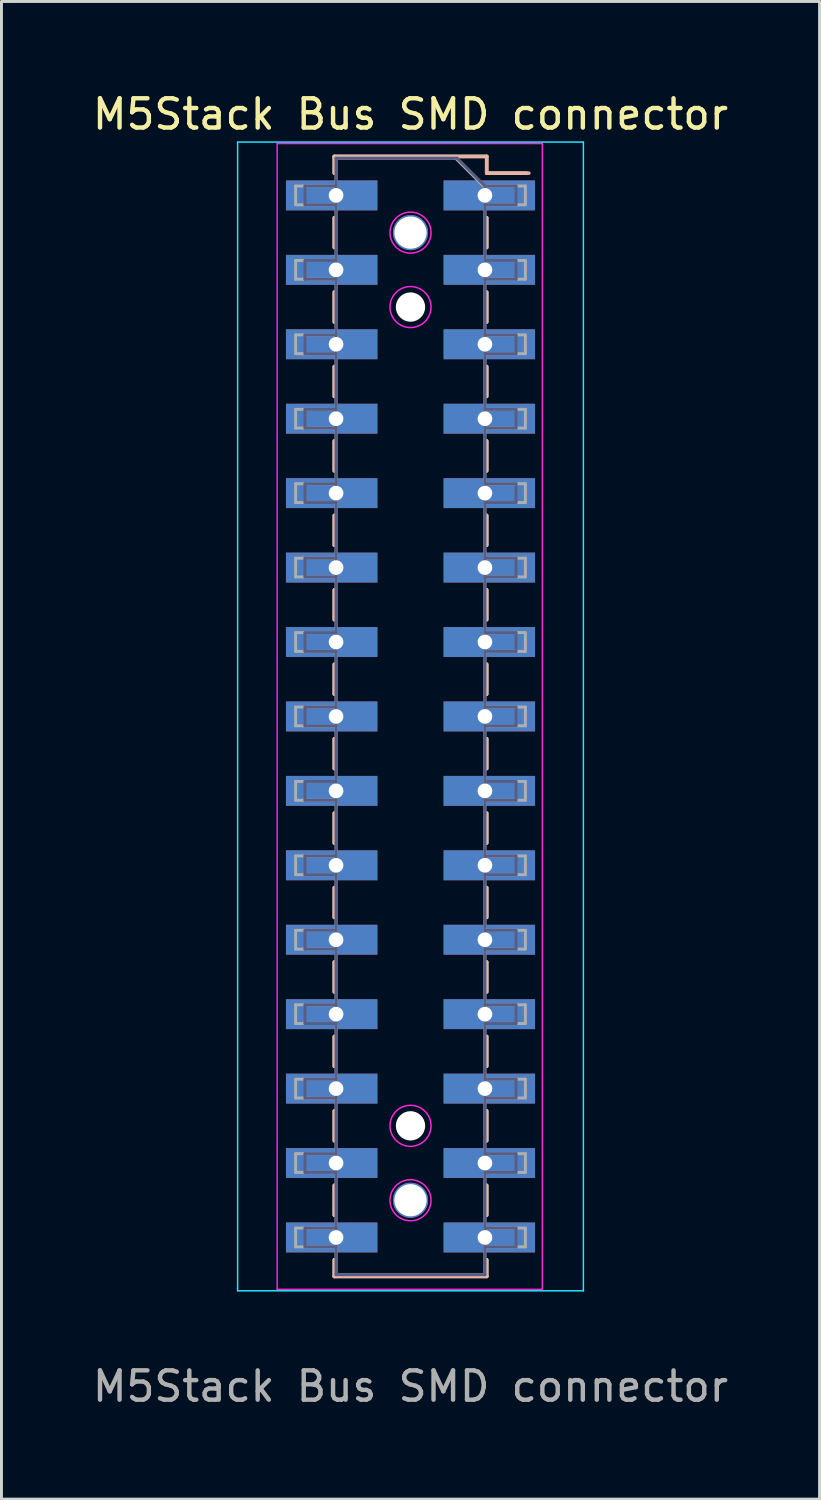
<source format=kicad_pcb>
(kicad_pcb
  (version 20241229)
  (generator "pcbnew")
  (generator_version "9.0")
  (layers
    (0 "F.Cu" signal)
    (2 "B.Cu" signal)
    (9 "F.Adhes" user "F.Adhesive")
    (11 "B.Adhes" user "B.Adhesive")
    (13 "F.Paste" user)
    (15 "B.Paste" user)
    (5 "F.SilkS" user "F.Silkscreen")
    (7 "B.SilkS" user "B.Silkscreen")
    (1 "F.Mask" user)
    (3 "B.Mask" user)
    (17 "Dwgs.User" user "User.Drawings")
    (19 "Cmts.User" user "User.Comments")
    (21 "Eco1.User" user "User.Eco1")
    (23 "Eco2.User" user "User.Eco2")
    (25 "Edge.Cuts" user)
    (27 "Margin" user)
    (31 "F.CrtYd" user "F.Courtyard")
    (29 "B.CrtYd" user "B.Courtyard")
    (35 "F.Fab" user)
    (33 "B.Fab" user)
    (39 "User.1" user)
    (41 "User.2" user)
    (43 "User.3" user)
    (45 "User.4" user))
  (footprint "M5Stack Bus SMD connector"
    (layer "F.Cu")
    (at 10.958 21.398)
    (property "Reference" "M5Stack Bus SMD connector" (at 0 -20.55 0) (layer "F.SilkS") (effects (font (size 1 1) (thickness 0.15))))
    (attr smd)
    (fp_line (start -2.6 -19.11) (end -2.6 -18.54) (stroke (width 0.12) (type solid)) (layer "F.SilkS"))
    (fp_line (start -2.6 -19.11) (end 2.6 -19.11) (stroke (width 0.12) (type solid)) (layer "F.SilkS"))
    (fp_line (start -2.6 -17.02) (end -2.6 -16) (stroke (width 0.12) (type solid)) (layer "F.SilkS"))
    (fp_line (start -2.6 -14.48) (end -2.6 -13.46) (stroke (width 0.12) (type solid)) (layer "F.SilkS"))
    (fp_line (start -2.6 -11.94) (end -2.6 -10.92) (stroke (width 0.12) (type solid)) (layer "F.SilkS"))
    (fp_line (start -2.6 -9.4) (end -2.6 -8.38) (stroke (width 0.12) (type solid)) (layer "F.SilkS"))
    (fp_line (start -2.6 -6.86) (end -2.6 -5.84) (stroke (width 0.12) (type solid)) (layer "F.SilkS"))
    (fp_line (start -2.6 -4.32) (end -2.6 -3.3) (stroke (width 0.12) (type solid)) (layer "F.SilkS"))
    (fp_line (start -2.6 -1.78) (end -2.6 -0.76) (stroke (width 0.12) (type solid)) (layer "F.SilkS"))
    (fp_line (start -2.6 0.76) (end -2.6 1.78) (stroke (width 0.12) (type solid)) (layer "F.SilkS"))
    (fp_line (start -2.6 3.3) (end -2.6 4.32) (stroke (width 0.12) (type solid)) (layer "F.SilkS"))
    (fp_line (start -2.6 5.84) (end -2.6 6.86) (stroke (width 0.12) (type solid)) (layer "F.SilkS"))
    (fp_line (start -2.6 8.38) (end -2.6 9.4) (stroke (width 0.12) (type solid)) (layer "F.SilkS"))
    (fp_line (start -2.6 10.92) (end -2.6 11.94) (stroke (width 0.12) (type solid)) (layer "F.SilkS"))
    (fp_line (start -2.6 13.46) (end -2.6 14.48) (stroke (width 0.12) (type solid)) (layer "F.SilkS"))
    (fp_line (start -2.6 16) (end -2.6 17.02) (stroke (width 0.12) (type solid)) (layer "F.SilkS"))
    (fp_line (start -2.6 18.54) (end -2.6 19.11) (stroke (width 0.12) (type solid)) (layer "F.SilkS"))
    (fp_line (start -2.6 19.11) (end 2.6 19.11) (stroke (width 0.12) (type solid)) (layer "F.SilkS"))
    (fp_line (start 2.6 -19.11) (end 2.6 -18.54) (stroke (width 0.12) (type solid)) (layer "F.SilkS"))
    (fp_line (start 2.6 -18.54) (end 3.96 -18.54) (stroke (width 0.12) (type solid)) (layer "F.SilkS"))
    (fp_line (start 2.6 -17.02) (end 2.6 -16) (stroke (width 0.12) (type solid)) (layer "F.SilkS"))
    (fp_line (start 2.6 -14.48) (end 2.6 -13.46) (stroke (width 0.12) (type solid)) (layer "F.SilkS"))
    (fp_line (start 2.6 -11.94) (end 2.6 -10.92) (stroke (width 0.12) (type solid)) (layer "F.SilkS"))
    (fp_line (start 2.6 -9.4) (end 2.6 -8.38) (stroke (width 0.12) (type solid)) (layer "F.SilkS"))
    (fp_line (start 2.6 -6.86) (end 2.6 -5.84) (stroke (width 0.12) (type solid)) (layer "F.SilkS"))
    (fp_line (start 2.6 -4.32) (end 2.6 -3.3) (stroke (width 0.12) (type solid)) (layer "F.SilkS"))
    (fp_line (start 2.6 -1.78) (end 2.6 -0.76) (stroke (width 0.12) (type solid)) (layer "F.SilkS"))
    (fp_line (start 2.6 0.76) (end 2.6 1.78) (stroke (width 0.12) (type solid)) (layer "F.SilkS"))
    (fp_line (start 2.6 3.3) (end 2.6 4.32) (stroke (width 0.12) (type solid)) (layer "F.SilkS"))
    (fp_line (start 2.6 5.84) (end 2.6 6.86) (stroke (width 0.12) (type solid)) (layer "F.SilkS"))
    (fp_line (start 2.6 8.38) (end 2.6 9.4) (stroke (width 0.12) (type solid)) (layer "F.SilkS"))
    (fp_line (start 2.6 10.92) (end 2.6 11.94) (stroke (width 0.12) (type solid)) (layer "F.SilkS"))
    (fp_line (start 2.6 13.46) (end 2.6 14.48) (stroke (width 0.12) (type solid)) (layer "F.SilkS"))
    (fp_line (start 2.6 16) (end 2.6 17.02) (stroke (width 0.12) (type solid)) (layer "F.SilkS"))
    (fp_line (start 2.6 18.54) (end 2.6 19.11) (stroke (width 0.12) (type solid)) (layer "F.SilkS"))
    (fp_line (start -2.6 -19.11) (end -2.6 -18.54) (stroke (width 0.12) (type solid)) (layer "B.SilkS"))
    (fp_line (start -2.6 -17.02) (end -2.6 -16) (stroke (width 0.12) (type solid)) (layer "B.SilkS"))
    (fp_line (start -2.6 -14.48) (end -2.6 -13.46) (stroke (width 0.12) (type solid)) (layer "B.SilkS"))
    (fp_line (start -2.6 -11.94) (end -2.6 -10.92) (stroke (width 0.12) (type solid)) (layer "B.SilkS"))
    (fp_line (start -2.6 -9.4) (end -2.6 -8.38) (stroke (width 0.12) (type solid)) (layer "B.SilkS"))
    (fp_line (start -2.6 -6.86) (end -2.6 -5.84) (stroke (width 0.12) (type solid)) (layer "B.SilkS"))
    (fp_line (start -2.6 -4.32) (end -2.6 -3.3) (stroke (width 0.12) (type solid)) (layer "B.SilkS"))
    (fp_line (start -2.6 -1.78) (end -2.6 -0.76) (stroke (width 0.12) (type solid)) (layer "B.SilkS"))
    (fp_line (start -2.6 0.76) (end -2.6 1.78) (stroke (width 0.12) (type solid)) (layer "B.SilkS"))
    (fp_line (start -2.6 3.3) (end -2.6 4.32) (stroke (width 0.12) (type solid)) (layer "B.SilkS"))
    (fp_line (start -2.6 5.84) (end -2.6 6.86) (stroke (width 0.12) (type solid)) (layer "B.SilkS"))
    (fp_line (start -2.6 8.38) (end -2.6 9.4) (stroke (width 0.12) (type solid)) (layer "B.SilkS"))
    (fp_line (start -2.6 10.92) (end -2.6 11.94) (stroke (width 0.12) (type solid)) (layer "B.SilkS"))
    (fp_line (start -2.6 13.46) (end -2.6 14.48) (stroke (width 0.12) (type solid)) (layer "B.SilkS"))
    (fp_line (start -2.6 16) (end -2.6 17.02) (stroke (width 0.12) (type solid)) (layer "B.SilkS"))
    (fp_line (start -2.6 18.54) (end -2.6 19.11) (stroke (width 0.12) (type solid)) (layer "B.SilkS"))
    (fp_line (start 2.6 -19.11) (end -2.6 -19.11) (stroke (width 0.12) (type solid)) (layer "B.SilkS"))
    (fp_line (start 2.6 -19.11) (end 2.6 -18.54) (stroke (width 0.12) (type solid)) (layer "B.SilkS"))
    (fp_line (start 2.6 -17.02) (end 2.6 -16) (stroke (width 0.12) (type solid)) (layer "B.SilkS"))
    (fp_line (start 2.6 -14.48) (end 2.6 -13.46) (stroke (width 0.12) (type solid)) (layer "B.SilkS"))
    (fp_line (start 2.6 -11.94) (end 2.6 -10.92) (stroke (width 0.12) (type solid)) (layer "B.SilkS"))
    (fp_line (start 2.6 -9.4) (end 2.6 -8.38) (stroke (width 0.12) (type solid)) (layer "B.SilkS"))
    (fp_line (start 2.6 -6.86) (end 2.6 -5.84) (stroke (width 0.12) (type solid)) (layer "B.SilkS"))
    (fp_line (start 2.6 -4.32) (end 2.6 -3.3) (stroke (width 0.12) (type solid)) (layer "B.SilkS"))
    (fp_line (start 2.6 -1.78) (end 2.6 -0.76) (stroke (width 0.12) (type solid)) (layer "B.SilkS"))
    (fp_line (start 2.6 0.76) (end 2.6 1.78) (stroke (width 0.12) (type solid)) (layer "B.SilkS"))
    (fp_line (start 2.6 3.3) (end 2.6 4.32) (stroke (width 0.12) (type solid)) (layer "B.SilkS"))
    (fp_line (start 2.6 5.84) (end 2.6 6.86) (stroke (width 0.12) (type solid)) (layer "B.SilkS"))
    (fp_line (start 2.6 8.38) (end 2.6 9.4) (stroke (width 0.12) (type solid)) (layer "B.SilkS"))
    (fp_line (start 2.6 10.92) (end 2.6 11.94) (stroke (width 0.12) (type solid)) (layer "B.SilkS"))
    (fp_line (start 2.6 13.46) (end 2.6 14.48) (stroke (width 0.12) (type solid)) (layer "B.SilkS"))
    (fp_line (start 2.6 16) (end 2.6 17.02) (stroke (width 0.12) (type solid)) (layer "B.SilkS"))
    (fp_line (start 2.6 18.54) (end 2.6 19.11) (stroke (width 0.12) (type solid)) (layer "B.SilkS"))
    (fp_line (start 2.6 19.11) (end -2.6 19.11) (stroke (width 0.12) (type solid)) (layer "B.SilkS"))
    (fp_line (start 4.04 -18.54) (end 2.6 -18.54) (stroke (width 0.12) (type solid)) (layer "B.SilkS"))
    (fp_line (start -5.9 -19.6) (end 5.9 -19.6) (stroke (width 0.05) (type solid)) (layer "B.CrtYd"))
    (fp_line (start -5.9 19.6) (end -5.9 -19.6) (stroke (width 0.05) (type solid)) (layer "B.CrtYd"))
    (fp_line (start 5.9 -19.6) (end 5.9 19.6) (stroke (width 0.05) (type solid)) (layer "B.CrtYd"))
    (fp_line (start 5.9 19.6) (end -5.9 19.6) (stroke (width 0.05) (type solid)) (layer "B.CrtYd"))
    (fp_line (start -4.55 -19.55) (end 4.5 -19.55) (stroke (width 0.05) (type solid)) (layer "F.CrtYd"))
    (fp_line (start -4.55 19.55) (end -4.55 -19.55) (stroke (width 0.05) (type solid)) (layer "F.CrtYd"))
    (fp_line (start 4.5 -19.55) (end 4.5 19.55) (stroke (width 0.05) (type solid)) (layer "F.CrtYd"))
    (fp_line (start 4.5 19.55) (end -4.55 19.55) (stroke (width 0.05) (type solid)) (layer "F.CrtYd"))
    (fp_circle (center 0 -16.51) (end 0.7 -16.51) (stroke (width 0.05) (type default)) (fill no) (layer "F.CrtYd"))
    (fp_circle (center 0 -13.97) (end 0.7 -13.97) (stroke (width 0.05) (type default)) (fill no) (layer "F.CrtYd"))
    (fp_circle (center 0 13.97) (end 0.7 13.97) (stroke (width 0.05) (type default)) (fill no) (layer "F.CrtYd"))
    (fp_circle (center 0 16.51) (end 0.7 16.51) (stroke (width 0.05) (type default)) (fill no) (layer "F.CrtYd"))
    (fp_line (start -3.6 -18.1) (end -3.6 -17.46) (stroke (width 0.1) (type solid)) (layer "B.Fab"))
    (fp_line (start -3.6 -17.46) (end -2.54 -17.46) (stroke (width 0.1) (type solid)) (layer "B.Fab"))
    (fp_line (start -3.6 -15.56) (end -3.6 -14.92) (stroke (width 0.1) (type solid)) (layer "B.Fab"))
    (fp_line (start -3.6 -14.92) (end -2.54 -14.92) (stroke (width 0.1) (type solid)) (layer "B.Fab"))
    (fp_line (start -3.6 -13.02) (end -3.6 -12.38) (stroke (width 0.1) (type solid)) (layer "B.Fab"))
    (fp_line (start -3.6 -12.38) (end -2.54 -12.38) (stroke (width 0.1) (type solid)) (layer "B.Fab"))
    (fp_line (start -3.6 -10.48) (end -3.6 -9.84) (stroke (width 0.1) (type solid)) (layer "B.Fab"))
    (fp_line (start -3.6 -9.84) (end -2.54 -9.84) (stroke (width 0.1) (type solid)) (layer "B.Fab"))
    (fp_line (start -3.6 -7.94) (end -3.6 -7.3) (stroke (width 0.1) (type solid)) (layer "B.Fab"))
    (fp_line (start -3.6 -7.3) (end -2.54 -7.3) (stroke (width 0.1) (type solid)) (layer "B.Fab"))
    (fp_line (start -3.6 -5.4) (end -3.6 -4.76) (stroke (width 0.1) (type solid)) (layer "B.Fab"))
    (fp_line (start -3.6 -4.76) (end -2.54 -4.76) (stroke (width 0.1) (type solid)) (layer "B.Fab"))
    (fp_line (start -3.6 -2.86) (end -3.6 -2.22) (stroke (width 0.1) (type solid)) (layer "B.Fab"))
    (fp_line (start -3.6 -2.22) (end -2.54 -2.22) (stroke (width 0.1) (type solid)) (layer "B.Fab"))
    (fp_line (start -3.6 -0.32) (end -3.6 0.32) (stroke (width 0.1) (type solid)) (layer "B.Fab"))
    (fp_line (start -3.6 0.32) (end -2.54 0.32) (stroke (width 0.1) (type solid)) (layer "B.Fab"))
    (fp_line (start -3.6 2.22) (end -3.6 2.86) (stroke (width 0.1) (type solid)) (layer "B.Fab"))
    (fp_line (start -3.6 2.86) (end -2.54 2.86) (stroke (width 0.1) (type solid)) (layer "B.Fab"))
    (fp_line (start -3.6 4.76) (end -3.6 5.4) (stroke (width 0.1) (type solid)) (layer "B.Fab"))
    (fp_line (start -3.6 5.4) (end -2.54 5.4) (stroke (width 0.1) (type solid)) (layer "B.Fab"))
    (fp_line (start -3.6 7.3) (end -3.6 7.94) (stroke (width 0.1) (type solid)) (layer "B.Fab"))
    (fp_line (start -3.6 7.94) (end -2.54 7.94) (stroke (width 0.1) (type solid)) (layer "B.Fab"))
    (fp_line (start -3.6 9.84) (end -3.6 10.48) (stroke (width 0.1) (type solid)) (layer "B.Fab"))
    (fp_line (start -3.6 10.48) (end -2.54 10.48) (stroke (width 0.1) (type solid)) (layer "B.Fab"))
    (fp_line (start -3.6 12.38) (end -3.6 13.02) (stroke (width 0.1) (type solid)) (layer "B.Fab"))
    (fp_line (start -3.6 13.02) (end -2.54 13.02) (stroke (width 0.1) (type solid)) (layer "B.Fab"))
    (fp_line (start -3.6 14.92) (end -3.6 15.56) (stroke (width 0.1) (type solid)) (layer "B.Fab"))
    (fp_line (start -3.6 15.56) (end -2.54 15.56) (stroke (width 0.1) (type solid)) (layer "B.Fab"))
    (fp_line (start -3.6 17.46) (end -3.6 18.1) (stroke (width 0.1) (type solid)) (layer "B.Fab"))
    (fp_line (start -3.6 18.1) (end -2.54 18.1) (stroke (width 0.1) (type solid)) (layer "B.Fab"))
    (fp_line (start -2.54 -19.05) (end -2.54 19.05) (stroke (width 0.1) (type solid)) (layer "B.Fab"))
    (fp_line (start -2.54 -18.1) (end -3.6 -18.1) (stroke (width 0.1) (type solid)) (layer "B.Fab"))
    (fp_line (start -2.54 -15.56) (end -3.6 -15.56) (stroke (width 0.1) (type solid)) (layer "B.Fab"))
    (fp_line (start -2.54 -13.02) (end -3.6 -13.02) (stroke (width 0.1) (type solid)) (layer "B.Fab"))
    (fp_line (start -2.54 -10.48) (end -3.6 -10.48) (stroke (width 0.1) (type solid)) (layer "B.Fab"))
    (fp_line (start -2.54 -7.94) (end -3.6 -7.94) (stroke (width 0.1) (type solid)) (layer "B.Fab"))
    (fp_line (start -2.54 -5.4) (end -3.6 -5.4) (stroke (width 0.1) (type solid)) (layer "B.Fab"))
    (fp_line (start -2.54 -2.86) (end -3.6 -2.86) (stroke (width 0.1) (type solid)) (layer "B.Fab"))
    (fp_line (start -2.54 -0.32) (end -3.6 -0.32) (stroke (width 0.1) (type solid)) (layer "B.Fab"))
    (fp_line (start -2.54 2.22) (end -3.6 2.22) (stroke (width 0.1) (type solid)) (layer "B.Fab"))
    (fp_line (start -2.54 4.76) (end -3.6 4.76) (stroke (width 0.1) (type solid)) (layer "B.Fab"))
    (fp_line (start -2.54 7.3) (end -3.6 7.3) (stroke (width 0.1) (type solid)) (layer "B.Fab"))
    (fp_line (start -2.54 9.84) (end -3.6 9.84) (stroke (width 0.1) (type solid)) (layer "B.Fab"))
    (fp_line (start -2.54 12.38) (end -3.6 12.38) (stroke (width 0.1) (type solid)) (layer "B.Fab"))
    (fp_line (start -2.54 14.92) (end -3.6 14.92) (stroke (width 0.1) (type solid)) (layer "B.Fab"))
    (fp_line (start -2.54 17.46) (end -3.6 17.46) (stroke (width 0.1) (type solid)) (layer "B.Fab"))
    (fp_line (start -2.54 19.05) (end 2.54 19.05) (stroke (width 0.1) (type solid)) (layer "B.Fab"))
    (fp_line (start 1.59 -19.05) (end -2.54 -19.05) (stroke (width 0.1) (type solid)) (layer "B.Fab"))
    (fp_line (start 2.54 -18.1) (end 1.59 -19.05) (stroke (width 0.1) (type solid)) (layer "B.Fab"))
    (fp_line (start 2.54 -18.1) (end 3.6 -18.1) (stroke (width 0.1) (type solid)) (layer "B.Fab"))
    (fp_line (start 2.54 -15.56) (end 3.6 -15.56) (stroke (width 0.1) (type solid)) (layer "B.Fab"))
    (fp_line (start 2.54 -13.02) (end 3.6 -13.02) (stroke (width 0.1) (type solid)) (layer "B.Fab"))
    (fp_line (start 2.54 -10.48) (end 3.6 -10.48) (stroke (width 0.1) (type solid)) (layer "B.Fab"))
    (fp_line (start 2.54 -7.94) (end 3.6 -7.94) (stroke (width 0.1) (type solid)) (layer "B.Fab"))
    (fp_line (start 2.54 -5.4) (end 3.6 -5.4) (stroke (width 0.1) (type solid)) (layer "B.Fab"))
    (fp_line (start 2.54 -2.86) (end 3.6 -2.86) (stroke (width 0.1) (type solid)) (layer "B.Fab"))
    (fp_line (start 2.54 -0.32) (end 3.6 -0.32) (stroke (width 0.1) (type solid)) (layer "B.Fab"))
    (fp_line (start 2.54 2.22) (end 3.6 2.22) (stroke (width 0.1) (type solid)) (layer "B.Fab"))
    (fp_line (start 2.54 4.76) (end 3.6 4.76) (stroke (width 0.1) (type solid)) (layer "B.Fab"))
    (fp_line (start 2.54 7.3) (end 3.6 7.3) (stroke (width 0.1) (type solid)) (layer "B.Fab"))
    (fp_line (start 2.54 9.84) (end 3.6 9.84) (stroke (width 0.1) (type solid)) (layer "B.Fab"))
    (fp_line (start 2.54 12.38) (end 3.6 12.38) (stroke (width 0.1) (type solid)) (layer "B.Fab"))
    (fp_line (start 2.54 14.92) (end 3.6 14.92) (stroke (width 0.1) (type solid)) (layer "B.Fab"))
    (fp_line (start 2.54 17.46) (end 3.6 17.46) (stroke (width 0.1) (type solid)) (layer "B.Fab"))
    (fp_line (start 2.54 19.05) (end 2.54 -18.1) (stroke (width 0.1) (type solid)) (layer "B.Fab"))
    (fp_line (start 3.6 -18.1) (end 3.6 -17.46) (stroke (width 0.1) (type solid)) (layer "B.Fab"))
    (fp_line (start 3.6 -17.46) (end 2.54 -17.46) (stroke (width 0.1) (type solid)) (layer "B.Fab"))
    (fp_line (start 3.6 -15.56) (end 3.6 -14.92) (stroke (width 0.1) (type solid)) (layer "B.Fab"))
    (fp_line (start 3.6 -14.92) (end 2.54 -14.92) (stroke (width 0.1) (type solid)) (layer "B.Fab"))
    (fp_line (start 3.6 -13.02) (end 3.6 -12.38) (stroke (width 0.1) (type solid)) (layer "B.Fab"))
    (fp_line (start 3.6 -12.38) (end 2.54 -12.38) (stroke (width 0.1) (type solid)) (layer "B.Fab"))
    (fp_line (start 3.6 -10.48) (end 3.6 -9.84) (stroke (width 0.1) (type solid)) (layer "B.Fab"))
    (fp_line (start 3.6 -9.84) (end 2.54 -9.84) (stroke (width 0.1) (type solid)) (layer "B.Fab"))
    (fp_line (start 3.6 -7.94) (end 3.6 -7.3) (stroke (width 0.1) (type solid)) (layer "B.Fab"))
    (fp_line (start 3.6 -7.3) (end 2.54 -7.3) (stroke (width 0.1) (type solid)) (layer "B.Fab"))
    (fp_line (start 3.6 -5.4) (end 3.6 -4.76) (stroke (width 0.1) (type solid)) (layer "B.Fab"))
    (fp_line (start 3.6 -4.76) (end 2.54 -4.76) (stroke (width 0.1) (type solid)) (layer "B.Fab"))
    (fp_line (start 3.6 -2.86) (end 3.6 -2.22) (stroke (width 0.1) (type solid)) (layer "B.Fab"))
    (fp_line (start 3.6 -2.22) (end 2.54 -2.22) (stroke (width 0.1) (type solid)) (layer "B.Fab"))
    (fp_line (start 3.6 -0.32) (end 3.6 0.32) (stroke (width 0.1) (type solid)) (layer "B.Fab"))
    (fp_line (start 3.6 0.32) (end 2.54 0.32) (stroke (width 0.1) (type solid)) (layer "B.Fab"))
    (fp_line (start 3.6 2.22) (end 3.6 2.86) (stroke (width 0.1) (type solid)) (layer "B.Fab"))
    (fp_line (start 3.6 2.86) (end 2.54 2.86) (stroke (width 0.1) (type solid)) (layer "B.Fab"))
    (fp_line (start 3.6 4.76) (end 3.6 5.4) (stroke (width 0.1) (type solid)) (layer "B.Fab"))
    (fp_line (start 3.6 5.4) (end 2.54 5.4) (stroke (width 0.1) (type solid)) (layer "B.Fab"))
    (fp_line (start 3.6 7.3) (end 3.6 7.94) (stroke (width 0.1) (type solid)) (layer "B.Fab"))
    (fp_line (start 3.6 7.94) (end 2.54 7.94) (stroke (width 0.1) (type solid)) (layer "B.Fab"))
    (fp_line (start 3.6 9.84) (end 3.6 10.48) (stroke (width 0.1) (type solid)) (layer "B.Fab"))
    (fp_line (start 3.6 10.48) (end 2.54 10.48) (stroke (width 0.1) (type solid)) (layer "B.Fab"))
    (fp_line (start 3.6 12.38) (end 3.6 13.02) (stroke (width 0.1) (type solid)) (layer "B.Fab"))
    (fp_line (start 3.6 13.02) (end 2.54 13.02) (stroke (width 0.1) (type solid)) (layer "B.Fab"))
    (fp_line (start 3.6 14.92) (end 3.6 15.56) (stroke (width 0.1) (type solid)) (layer "B.Fab"))
    (fp_line (start 3.6 15.56) (end 2.54 15.56) (stroke (width 0.1) (type solid)) (layer "B.Fab"))
    (fp_line (start 3.6 17.46) (end 3.6 18.1) (stroke (width 0.1) (type solid)) (layer "B.Fab"))
    (fp_line (start 3.6 18.1) (end 2.54 18.1) (stroke (width 0.1) (type solid)) (layer "B.Fab"))
    (fp_line (start -3.92 -18.1) (end -2.54 -18.1) (stroke (width 0.1) (type solid)) (layer "F.Fab"))
    (fp_line (start -3.92 -17.46) (end -3.92 -18.1) (stroke (width 0.1) (type solid)) (layer "F.Fab"))
    (fp_line (start -3.92 -15.56) (end -2.54 -15.56) (stroke (width 0.1) (type solid)) (layer "F.Fab"))
    (fp_line (start -3.92 -14.92) (end -3.92 -15.56) (stroke (width 0.1) (type solid)) (layer "F.Fab"))
    (fp_line (start -3.92 -13.02) (end -2.54 -13.02) (stroke (width 0.1) (type solid)) (layer "F.Fab"))
    (fp_line (start -3.92 -12.38) (end -3.92 -13.02) (stroke (width 0.1) (type solid)) (layer "F.Fab"))
    (fp_line (start -3.92 -10.48) (end -2.54 -10.48) (stroke (width 0.1) (type solid)) (layer "F.Fab"))
    (fp_line (start -3.92 -9.84) (end -3.92 -10.48) (stroke (width 0.1) (type solid)) (layer "F.Fab"))
    (fp_line (start -3.92 -7.94) (end -2.54 -7.94) (stroke (width 0.1) (type solid)) (layer "F.Fab"))
    (fp_line (start -3.92 -7.3) (end -3.92 -7.94) (stroke (width 0.1) (type solid)) (layer "F.Fab"))
    (fp_line (start -3.92 -5.4) (end -2.54 -5.4) (stroke (width 0.1) (type solid)) (layer "F.Fab"))
    (fp_line (start -3.92 -4.76) (end -3.92 -5.4) (stroke (width 0.1) (type solid)) (layer "F.Fab"))
    (fp_line (start -3.92 -2.86) (end -2.54 -2.86) (stroke (width 0.1) (type solid)) (layer "F.Fab"))
    (fp_line (start -3.92 -2.22) (end -3.92 -2.86) (stroke (width 0.1) (type solid)) (layer "F.Fab"))
    (fp_line (start -3.92 -0.32) (end -2.54 -0.32) (stroke (width 0.1) (type solid)) (layer "F.Fab"))
    (fp_line (start -3.92 0.32) (end -3.92 -0.32) (stroke (width 0.1) (type solid)) (layer "F.Fab"))
    (fp_line (start -3.92 2.22) (end -2.54 2.22) (stroke (width 0.1) (type solid)) (layer "F.Fab"))
    (fp_line (start -3.92 2.86) (end -3.92 2.22) (stroke (width 0.1) (type solid)) (layer "F.Fab"))
    (fp_line (start -3.92 4.76) (end -2.54 4.76) (stroke (width 0.1) (type solid)) (layer "F.Fab"))
    (fp_line (start -3.92 5.4) (end -3.92 4.76) (stroke (width 0.1) (type solid)) (layer "F.Fab"))
    (fp_line (start -3.92 7.3) (end -2.54 7.3) (stroke (width 0.1) (type solid)) (layer "F.Fab"))
    (fp_line (start -3.92 7.94) (end -3.92 7.3) (stroke (width 0.1) (type solid)) (layer "F.Fab"))
    (fp_line (start -3.92 9.84) (end -2.54 9.84) (stroke (width 0.1) (type solid)) (layer "F.Fab"))
    (fp_line (start -3.92 10.48) (end -3.92 9.84) (stroke (width 0.1) (type solid)) (layer "F.Fab"))
    (fp_line (start -3.92 12.38) (end -2.54 12.38) (stroke (width 0.1) (type solid)) (layer "F.Fab"))
    (fp_line (start -3.92 13.02) (end -3.92 12.38) (stroke (width 0.1) (type solid)) (layer "F.Fab"))
    (fp_line (start -3.92 14.92) (end -2.54 14.92) (stroke (width 0.1) (type solid)) (layer "F.Fab"))
    (fp_line (start -3.92 15.56) (end -3.92 14.92) (stroke (width 0.1) (type solid)) (layer "F.Fab"))
    (fp_line (start -3.92 17.46) (end -2.54 17.46) (stroke (width 0.1) (type solid)) (layer "F.Fab"))
    (fp_line (start -3.92 18.1) (end -3.92 17.46) (stroke (width 0.1) (type solid)) (layer "F.Fab"))
    (fp_line (start -2.54 -19.05) (end 1.54 -19.05) (stroke (width 0.1) (type solid)) (layer "F.Fab"))
    (fp_line (start -2.54 -17.46) (end -3.92 -17.46) (stroke (width 0.1) (type solid)) (layer "F.Fab"))
    (fp_line (start -2.54 -14.92) (end -3.92 -14.92) (stroke (width 0.1) (type solid)) (layer "F.Fab"))
    (fp_line (start -2.54 -12.38) (end -3.92 -12.38) (stroke (width 0.1) (type solid)) (layer "F.Fab"))
    (fp_line (start -2.54 -9.84) (end -3.92 -9.84) (stroke (width 0.1) (type solid)) (layer "F.Fab"))
    (fp_line (start -2.54 -7.3) (end -3.92 -7.3) (stroke (width 0.1) (type solid)) (layer "F.Fab"))
    (fp_line (start -2.54 -4.76) (end -3.92 -4.76) (stroke (width 0.1) (type solid)) (layer "F.Fab"))
    (fp_line (start -2.54 -2.22) (end -3.92 -2.22) (stroke (width 0.1) (type solid)) (layer "F.Fab"))
    (fp_line (start -2.54 0.32) (end -3.92 0.32) (stroke (width 0.1) (type solid)) (layer "F.Fab"))
    (fp_line (start -2.54 2.86) (end -3.92 2.86) (stroke (width 0.1) (type solid)) (layer "F.Fab"))
    (fp_line (start -2.54 5.4) (end -3.92 5.4) (stroke (width 0.1) (type solid)) (layer "F.Fab"))
    (fp_line (start -2.54 7.94) (end -3.92 7.94) (stroke (width 0.1) (type solid)) (layer "F.Fab"))
    (fp_line (start -2.54 10.48) (end -3.92 10.48) (stroke (width 0.1) (type solid)) (layer "F.Fab"))
    (fp_line (start -2.54 13.02) (end -3.92 13.02) (stroke (width 0.1) (type solid)) (layer "F.Fab"))
    (fp_line (start -2.54 15.56) (end -3.92 15.56) (stroke (width 0.1) (type solid)) (layer "F.Fab"))
    (fp_line (start -2.54 18.1) (end -3.92 18.1) (stroke (width 0.1) (type solid)) (layer "F.Fab"))
    (fp_line (start -2.54 19.05) (end -2.54 -19.05) (stroke (width 0.1) (type solid)) (layer "F.Fab"))
    (fp_line (start 1.54 -19.05) (end 2.54 -18.05) (stroke (width 0.1) (type solid)) (layer "F.Fab"))
    (fp_line (start 2.54 -18.1) (end 3.92 -18.1) (stroke (width 0.1) (type solid)) (layer "F.Fab"))
    (fp_line (start 2.54 -18.05) (end 2.54 19.05) (stroke (width 0.1) (type solid)) (layer "F.Fab"))
    (fp_line (start 2.54 -15.56) (end 3.92 -15.56) (stroke (width 0.1) (type solid)) (layer "F.Fab"))
    (fp_line (start 2.54 -13.02) (end 3.92 -13.02) (stroke (width 0.1) (type solid)) (layer "F.Fab"))
    (fp_line (start 2.54 -10.48) (end 3.92 -10.48) (stroke (width 0.1) (type solid)) (layer "F.Fab"))
    (fp_line (start 2.54 -7.94) (end 3.92 -7.94) (stroke (width 0.1) (type solid)) (layer "F.Fab"))
    (fp_line (start 2.54 -5.4) (end 3.92 -5.4) (stroke (width 0.1) (type solid)) (layer "F.Fab"))
    (fp_line (start 2.54 -2.86) (end 3.92 -2.86) (stroke (width 0.1) (type solid)) (layer "F.Fab"))
    (fp_line (start 2.54 -0.32) (end 3.92 -0.32) (stroke (width 0.1) (type solid)) (layer "F.Fab"))
    (fp_line (start 2.54 2.22) (end 3.92 2.22) (stroke (width 0.1) (type solid)) (layer "F.Fab"))
    (fp_line (start 2.54 4.76) (end 3.92 4.76) (stroke (width 0.1) (type solid)) (layer "F.Fab"))
    (fp_line (start 2.54 7.3) (end 3.92 7.3) (stroke (width 0.1) (type solid)) (layer "F.Fab"))
    (fp_line (start 2.54 9.84) (end 3.92 9.84) (stroke (width 0.1) (type solid)) (layer "F.Fab"))
    (fp_line (start 2.54 12.38) (end 3.92 12.38) (stroke (width 0.1) (type solid)) (layer "F.Fab"))
    (fp_line (start 2.54 14.92) (end 3.92 14.92) (stroke (width 0.1) (type solid)) (layer "F.Fab"))
    (fp_line (start 2.54 17.46) (end 3.92 17.46) (stroke (width 0.1) (type solid)) (layer "F.Fab"))
    (fp_line (start 2.54 19.05) (end -2.54 19.05) (stroke (width 0.1) (type solid)) (layer "F.Fab"))
    (fp_line (start 3.92 -18.1) (end 3.92 -17.46) (stroke (width 0.1) (type solid)) (layer "F.Fab"))
    (fp_line (start 3.92 -17.46) (end 2.54 -17.46) (stroke (width 0.1) (type solid)) (layer "F.Fab"))
    (fp_line (start 3.92 -15.56) (end 3.92 -14.92) (stroke (width 0.1) (type solid)) (layer "F.Fab"))
    (fp_line (start 3.92 -14.92) (end 2.54 -14.92) (stroke (width 0.1) (type solid)) (layer "F.Fab"))
    (fp_line (start 3.92 -13.02) (end 3.92 -12.38) (stroke (width 0.1) (type solid)) (layer "F.Fab"))
    (fp_line (start 3.92 -12.38) (end 2.54 -12.38) (stroke (width 0.1) (type solid)) (layer "F.Fab"))
    (fp_line (start 3.92 -10.48) (end 3.92 -9.84) (stroke (width 0.1) (type solid)) (layer "F.Fab"))
    (fp_line (start 3.92 -9.84) (end 2.54 -9.84) (stroke (width 0.1) (type solid)) (layer "F.Fab"))
    (fp_line (start 3.92 -7.94) (end 3.92 -7.3) (stroke (width 0.1) (type solid)) (layer "F.Fab"))
    (fp_line (start 3.92 -7.3) (end 2.54 -7.3) (stroke (width 0.1) (type solid)) (layer "F.Fab"))
    (fp_line (start 3.92 -5.4) (end 3.92 -4.76) (stroke (width 0.1) (type solid)) (layer "F.Fab"))
    (fp_line (start 3.92 -4.76) (end 2.54 -4.76) (stroke (width 0.1) (type solid)) (layer "F.Fab"))
    (fp_line (start 3.92 -2.86) (end 3.92 -2.22) (stroke (width 0.1) (type solid)) (layer "F.Fab"))
    (fp_line (start 3.92 -2.22) (end 2.54 -2.22) (stroke (width 0.1) (type solid)) (layer "F.Fab"))
    (fp_line (start 3.92 -0.32) (end 3.92 0.32) (stroke (width 0.1) (type solid)) (layer "F.Fab"))
    (fp_line (start 3.92 0.32) (end 2.54 0.32) (stroke (width 0.1) (type solid)) (layer "F.Fab"))
    (fp_line (start 3.92 2.22) (end 3.92 2.86) (stroke (width 0.1) (type solid)) (layer "F.Fab"))
    (fp_line (start 3.92 2.86) (end 2.54 2.86) (stroke (width 0.1) (type solid)) (layer "F.Fab"))
    (fp_line (start 3.92 4.76) (end 3.92 5.4) (stroke (width 0.1) (type solid)) (layer "F.Fab"))
    (fp_line (start 3.92 5.4) (end 2.54 5.4) (stroke (width 0.1) (type solid)) (layer "F.Fab"))
    (fp_line (start 3.92 7.3) (end 3.92 7.94) (stroke (width 0.1) (type solid)) (layer "F.Fab"))
    (fp_line (start 3.92 7.94) (end 2.54 7.94) (stroke (width 0.1) (type solid)) (layer "F.Fab"))
    (fp_line (start 3.92 9.84) (end 3.92 10.48) (stroke (width 0.1) (type solid)) (layer "F.Fab"))
    (fp_line (start 3.92 10.48) (end 2.54 10.48) (stroke (width 0.1) (type solid)) (layer "F.Fab"))
    (fp_line (start 3.92 12.38) (end 3.92 13.02) (stroke (width 0.1) (type solid)) (layer "F.Fab"))
    (fp_line (start 3.92 13.02) (end 2.54 13.02) (stroke (width 0.1) (type solid)) (layer "F.Fab"))
    (fp_line (start 3.92 14.92) (end 3.92 15.56) (stroke (width 0.1) (type solid)) (layer "F.Fab"))
    (fp_line (start 3.92 15.56) (end 2.54 15.56) (stroke (width 0.1) (type solid)) (layer "F.Fab"))
    (fp_line (start 3.92 17.46) (end 3.92 18.1) (stroke (width 0.1) (type solid)) (layer "F.Fab"))
    (fp_line (start 3.92 18.1) (end 2.54 18.1) (stroke (width 0.1) (type solid)) (layer "F.Fab"))
    (fp_text user "${REFERENCE}" (at 0 22.86 180) (layer "F.Fab") (effects (font (size 1 1) (thickness 0.15))))
    (pad "" np_thru_hole circle (at 0 -16.51) (size 1.2 1.2) (drill 1.1) (layers "*.Cu" "*.Mask"))
    (pad "" np_thru_hole circle (at 0 -13.97) (size 1 1) (drill 1) (layers "*.Cu" "*.Mask"))
    (pad "" np_thru_hole circle (at 0 13.97) (size 1 1) (drill 1) (layers "*.Cu" "*.Mask"))
    (pad "" np_thru_hole circle (at 0 16.51) (size 1.2 1.2) (drill 1.1) (layers "*.Cu" "*.Mask"))
    (pad "1" thru_hole rect (at 2.54 -17.78) (size 3.12 1.02) (drill 0.5 (offset 0.15 0)) (layers "*.Cu" "*.Mask"))
    (pad "2" thru_hole rect (at -2.54 -17.78) (size 3.12 1.02) (drill 0.5 (offset -0.15 0)) (layers "*.Cu" "*.Mask"))
    (pad "3" thru_hole rect (at 2.54 -15.24) (size 3.12 1.02) (drill 0.5 (offset 0.15 0)) (layers "*.Cu" "*.Mask"))
    (pad "4" thru_hole rect (at -2.54 -15.24) (size 3.12 1.02) (drill 0.5 (offset -0.15 0)) (layers "*.Cu" "*.Mask"))
    (pad "5" thru_hole rect (at 2.54 -12.7) (size 3.12 1.02) (drill 0.5 (offset 0.15 0)) (layers "*.Cu" "*.Mask"))
    (pad "6" thru_hole rect (at -2.54 -12.7) (size 3.12 1.02) (drill 0.5 (offset -0.15 0)) (layers "*.Cu" "*.Mask"))
    (pad "7" thru_hole rect (at 2.54 -10.16) (size 3.12 1.02) (drill 0.5 (offset 0.15 0)) (layers "*.Cu" "*.Mask"))
    (pad "8" thru_hole rect (at -2.54 -10.16) (size 3.12 1.02) (drill 0.5 (offset -0.15 0)) (layers "*.Cu" "*.Mask"))
    (pad "9" thru_hole rect (at 2.54 -7.62) (size 3.12 1.02) (drill 0.5 (offset 0.15 0)) (layers "*.Cu" "*.Mask"))
    (pad "10" thru_hole rect (at -2.54 -7.62) (size 3.12 1.02) (drill 0.5 (offset -0.15 0)) (layers "*.Cu" "*.Mask"))
    (pad "11" thru_hole rect (at 2.54 -5.08) (size 3.12 1.02) (drill 0.5 (offset 0.15 0)) (layers "*.Cu" "*.Mask"))
    (pad "12" thru_hole rect (at -2.54 -5.08) (size 3.12 1.02) (drill 0.5 (offset -0.15 0)) (layers "*.Cu" "*.Mask"))
    (pad "13" thru_hole rect (at 2.54 -2.54) (size 3.12 1.02) (drill 0.5 (offset 0.15 0)) (layers "*.Cu" "*.Mask"))
    (pad "14" thru_hole rect (at -2.54 -2.54) (size 3.12 1.02) (drill 0.5 (offset -0.15 0)) (layers "*.Cu" "*.Mask"))
    (pad "15" thru_hole rect (at 2.54 0) (size 3.12 1.02) (drill 0.5 (offset 0.15 0)) (layers "*.Cu" "*.Mask"))
    (pad "16" thru_hole rect (at -2.54 0) (size 3.12 1.02) (drill 0.5 (offset -0.15 0)) (layers "*.Cu" "*.Mask"))
    (pad "17" thru_hole rect (at 2.54 2.54) (size 3.12 1.02) (drill 0.5 (offset 0.15 0)) (layers "*.Cu" "*.Mask"))
    (pad "18" thru_hole rect (at -2.54 2.54) (size 3.12 1.02) (drill 0.5 (offset -0.15 0)) (layers "*.Cu" "*.Mask"))
    (pad "19" thru_hole rect (at 2.54 5.08) (size 3.12 1.02) (drill 0.5 (offset 0.15 0)) (layers "*.Cu" "*.Mask"))
    (pad "20" thru_hole rect (at -2.54 5.08) (size 3.12 1.02) (drill 0.5 (offset -0.15 0)) (layers "*.Cu" "*.Mask"))
    (pad "21" thru_hole rect (at 2.54 7.62) (size 3.12 1.02) (drill 0.5 (offset 0.15 0)) (layers "*.Cu" "*.Mask"))
    (pad "22" thru_hole rect (at -2.54 7.62) (size 3.12 1.02) (drill 0.5 (offset -0.15 0)) (layers "*.Cu" "*.Mask"))
    (pad "23" thru_hole rect (at 2.54 10.16) (size 3.12 1.02) (drill 0.5 (offset 0.15 0)) (layers "*.Cu" "*.Mask"))
    (pad "24" thru_hole rect (at -2.54 10.16) (size 3.12 1.02) (drill 0.5 (offset -0.15 0)) (layers "*.Cu" "*.Mask"))
    (pad "25" thru_hole rect (at 2.54 12.7) (size 3.12 1.02) (drill 0.5 (offset 0.15 0)) (layers "*.Cu" "*.Mask"))
    (pad "26" thru_hole rect (at -2.54 12.7) (size 3.12 1.02) (drill 0.5 (offset -0.15 0)) (layers "*.Cu" "*.Mask"))
    (pad "27" thru_hole rect (at 2.54 15.24) (size 3.12 1.02) (drill 0.5 (offset 0.15 0)) (layers "*.Cu" "*.Mask"))
    (pad "28" thru_hole rect (at -2.54 15.24) (size 3.12 1.02) (drill 0.5 (offset -0.15 0)) (layers "*.Cu" "*.Mask"))
    (pad "29" thru_hole rect (at 2.54 17.78) (size 3.12 1.02) (drill 0.5 (offset 0.15 0)) (layers "*.Cu" "*.Mask"))
    (pad "30" thru_hole rect (at -2.54 17.78) (size 3.12 1.02) (drill 0.5 (offset -0.15 0)) (layers "*.Cu" "*.Mask")))
  (gr_rect
    (start -3 -3)
    (end 24.917 48.106)
    (stroke (width 0.1) (type default))
    (fill no)
    (layer "Edge.Cuts")))
</source>
